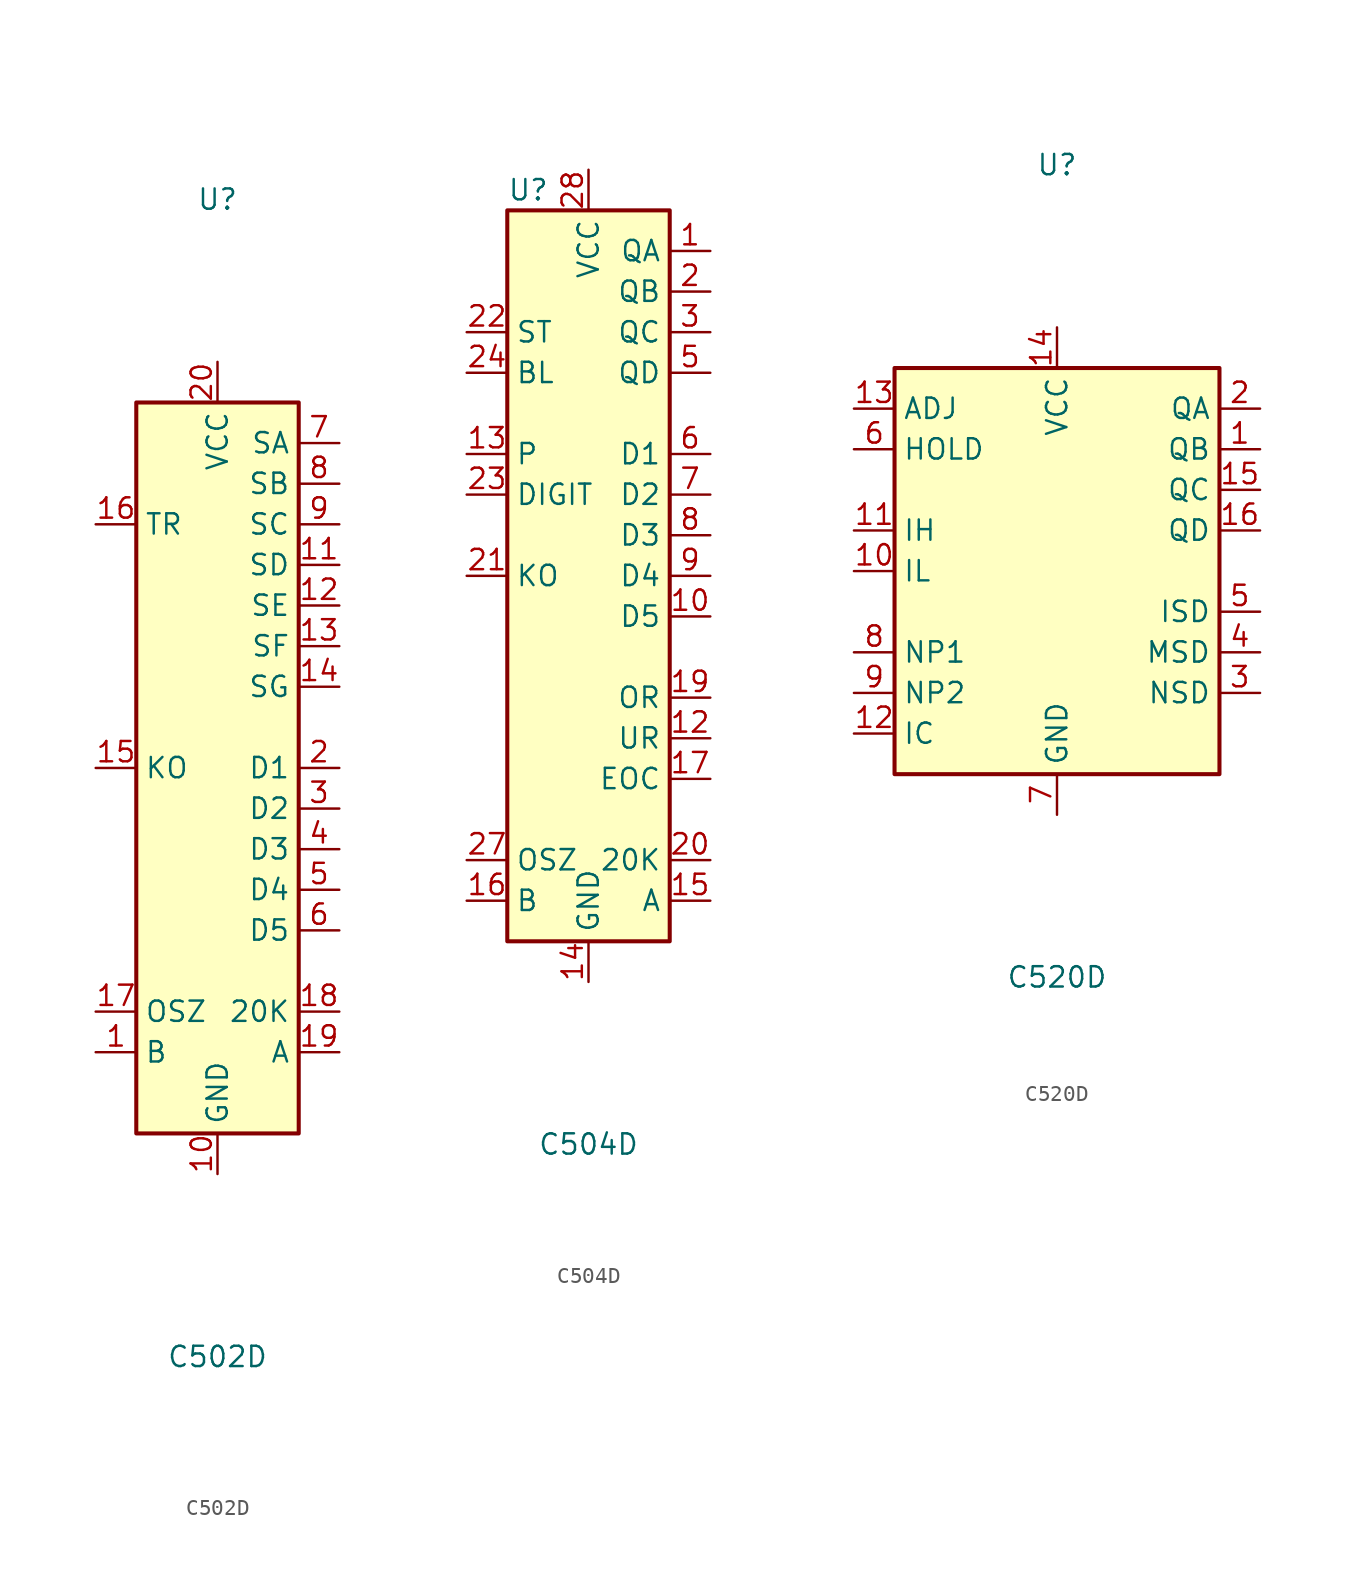
<source format=kicad_sym>
(kicad_symbol_lib
  (version 20211014)
  (generator kicad_symbol_editor)
  (symbol "C502D"
    (property "Reference" "U"
      (at 0 35.56 0)
      (effects (font (size 1.27 1.27))))
    (property "Value" "C502D"
      (at 0 -36.83 0)
      (effects (font (size 1.27 1.27))))
    (symbol "C502D_1_1"
      (rectangle (start -5.08 22.86) (end 5.08 -22.86) (stroke (width 0.254) (type default) (color 0 0 0 0)) (fill (type background)))
      (pin input line (at -7.62 -17.78 0) (length 2.54) (name "B" (effects (font (size 1.27 1.27)))) (number "1" (effects (font (size 1.27 1.27)))))
      (pin power_in line (at 0 -25.4 90) (length 2.54) (name "GND" (effects (font (size 1.27 1.27)))) (number "10" (effects (font (size 1.27 1.27)))))
      (pin output line (at 7.62 12.7 180) (length 2.54) (name "SD" (effects (font (size 1.27 1.27)))) (number "11" (effects (font (size 1.27 1.27)))))
      (pin output line (at 7.62 10.16 180) (length 2.54) (name "SE" (effects (font (size 1.27 1.27)))) (number "12" (effects (font (size 1.27 1.27)))))
      (pin output line (at 7.62 7.62 180) (length 2.54) (name "SF" (effects (font (size 1.27 1.27)))) (number "13" (effects (font (size 1.27 1.27)))))
      (pin output line (at 7.62 5.08 180) (length 2.54) (name "SG" (effects (font (size 1.27 1.27)))) (number "14" (effects (font (size 1.27 1.27)))))
      (pin input line (at -7.62 0 0) (length 2.54) (name "KO" (effects (font (size 1.27 1.27)))) (number "15" (effects (font (size 1.27 1.27)))))
      (pin input line (at -7.62 15.24 0) (length 2.54) (name "TR" (effects (font (size 1.27 1.27)))) (number "16" (effects (font (size 1.27 1.27)))))
      (pin passive line (at -7.62 -15.24 0) (length 2.54) (name "OSZ" (effects (font (size 1.27 1.27)))) (number "17" (effects (font (size 1.27 1.27)))))
      (pin output line (at 7.62 -15.24 180) (length 2.54) (name "20K" (effects (font (size 1.27 1.27)))) (number "18" (effects (font (size 1.27 1.27)))))
      (pin output line (at 7.62 -17.78 180) (length 2.54) (name "A" (effects (font (size 1.27 1.27)))) (number "19" (effects (font (size 1.27 1.27)))))
      (pin output line (at 7.62 0 180) (length 2.54) (name "D1" (effects (font (size 1.27 1.27)))) (number "2" (effects (font (size 1.27 1.27)))))
      (pin power_in line (at 0 25.4 270) (length 2.54) (name "VCC" (effects (font (size 1.27 1.27)))) (number "20" (effects (font (size 1.27 1.27)))))
      (pin output line (at 7.62 -2.54 180) (length 2.54) (name "D2" (effects (font (size 1.27 1.27)))) (number "3" (effects (font (size 1.27 1.27)))))
      (pin output line (at 7.62 -5.08 180) (length 2.54) (name "D3" (effects (font (size 1.27 1.27)))) (number "4" (effects (font (size 1.27 1.27)))))
      (pin output line (at 7.62 -7.62 180) (length 2.54) (name "D4" (effects (font (size 1.27 1.27)))) (number "5" (effects (font (size 1.27 1.27)))))
      (pin output line (at 7.62 -10.16 180) (length 2.54) (name "D5" (effects (font (size 1.27 1.27)))) (number "6" (effects (font (size 1.27 1.27)))))
      (pin output line (at 7.62 20.32 180) (length 2.54) (name "SA" (effects (font (size 1.27 1.27)))) (number "7" (effects (font (size 1.27 1.27)))))
      (pin output line (at 7.62 17.78 180) (length 2.54) (name "SB" (effects (font (size 1.27 1.27)))) (number "8" (effects (font (size 1.27 1.27)))))
      (pin output line (at 7.62 15.24 180) (length 2.54) (name "SC" (effects (font (size 1.27 1.27)))) (number "9" (effects (font (size 1.27 1.27)))))))
  (symbol "C504D"
    (property "Reference" "U"
      (at -5.08 24.13 0)
      (effects (font (size 1.27 1.27)) (justify left)))
    (property "Value" "C504D"
      (at 0 -35.56 0)
      (effects (font (size 1.27 1.27))))
    (symbol "C504D_0_1"
      (rectangle (start -5.08 22.86) (end 5.08 -22.86) (stroke (width 0.254) (type default) (color 0 0 0 0)) (fill (type background))))
    (symbol "C504D_1_1"
      (pin output line (at 7.62 20.32 180) (length 2.54) (name "QA" (effects (font (size 1.27 1.27)))) (number "1" (effects (font (size 1.27 1.27)))))
      (pin output line (at 7.62 -2.54 180) (length 2.54) (name "D5" (effects (font (size 1.27 1.27)))) (number "10" (effects (font (size 1.27 1.27)))))
      (pin no_connect line (at -5.08 -5.08 0) (length 2.54) hide (name "~" (effects (font (size 1.27 1.27)))) (number "11" (effects (font (size 1.27 1.27)))))
      (pin output line (at 7.62 -10.16 180) (length 2.54) (name "UR" (effects (font (size 1.27 1.27)))) (number "12" (effects (font (size 1.27 1.27)))))
      (pin input line (at -7.62 7.62 0) (length 2.54) (name "P" (effects (font (size 1.27 1.27)))) (number "13" (effects (font (size 1.27 1.27)))))
      (pin power_in line (at 0 -25.4 90) (length 2.54) (name "GND" (effects (font (size 1.27 1.27)))) (number "14" (effects (font (size 1.27 1.27)))))
      (pin output line (at 7.62 -20.32 180) (length 2.54) (name "A" (effects (font (size 1.27 1.27)))) (number "15" (effects (font (size 1.27 1.27)))))
      (pin input line (at -7.62 -20.32 0) (length 2.54) (name "B" (effects (font (size 1.27 1.27)))) (number "16" (effects (font (size 1.27 1.27)))))
      (pin output line (at 7.62 -12.7 180) (length 2.54) (name "EOC" (effects (font (size 1.27 1.27)))) (number "17" (effects (font (size 1.27 1.27)))))
      (pin no_connect line (at -5.08 -7.62 0) (length 2.54) hide (name "~" (effects (font (size 1.27 1.27)))) (number "18" (effects (font (size 1.27 1.27)))))
      (pin output line (at 7.62 -7.62 180) (length 2.54) (name "OR" (effects (font (size 1.27 1.27)))) (number "19" (effects (font (size 1.27 1.27)))))
      (pin output line (at 7.62 17.78 180) (length 2.54) (name "QB" (effects (font (size 1.27 1.27)))) (number "2" (effects (font (size 1.27 1.27)))))
      (pin output line (at 7.62 -17.78 180) (length 2.54) (name "20K" (effects (font (size 1.27 1.27)))) (number "20" (effects (font (size 1.27 1.27)))))
      (pin input line (at -7.62 0 0) (length 2.54) (name "KO" (effects (font (size 1.27 1.27)))) (number "21" (effects (font (size 1.27 1.27)))))
      (pin input line (at -7.62 15.24 0) (length 2.54) (name "ST" (effects (font (size 1.27 1.27)))) (number "22" (effects (font (size 1.27 1.27)))))
      (pin input line (at -7.62 5.08 0) (length 2.54) (name "DIGIT" (effects (font (size 1.27 1.27)))) (number "23" (effects (font (size 1.27 1.27)))))
      (pin input line (at -7.62 12.7 0) (length 2.54) (name "BL" (effects (font (size 1.27 1.27)))) (number "24" (effects (font (size 1.27 1.27)))))
      (pin no_connect line (at -5.08 -10.16 0) (length 2.54) hide (name "~" (effects (font (size 1.27 1.27)))) (number "25" (effects (font (size 1.27 1.27)))))
      (pin no_connect line (at -5.08 -12.7 0) (length 2.54) hide (name "~" (effects (font (size 1.27 1.27)))) (number "26" (effects (font (size 1.27 1.27)))))
      (pin passive line (at -7.62 -17.78 0) (length 2.54) (name "OSZ" (effects (font (size 1.27 1.27)))) (number "27" (effects (font (size 1.27 1.27)))))
      (pin power_in line (at 0 25.4 270) (length 2.54) (name "VCC" (effects (font (size 1.27 1.27)))) (number "28" (effects (font (size 1.27 1.27)))))
      (pin output line (at 7.62 15.24 180) (length 2.54) (name "QC" (effects (font (size 1.27 1.27)))) (number "3" (effects (font (size 1.27 1.27)))))
      (pin no_connect line (at -5.08 -2.54 0) (length 2.54) hide (name "~" (effects (font (size 1.27 1.27)))) (number "4" (effects (font (size 1.27 1.27)))))
      (pin output line (at 7.62 12.7 180) (length 2.54) (name "QD" (effects (font (size 1.27 1.27)))) (number "5" (effects (font (size 1.27 1.27)))))
      (pin output line (at 7.62 7.62 180) (length 2.54) (name "D1" (effects (font (size 1.27 1.27)))) (number "6" (effects (font (size 1.27 1.27)))))
      (pin output line (at 7.62 5.08 180) (length 2.54) (name "D2" (effects (font (size 1.27 1.27)))) (number "7" (effects (font (size 1.27 1.27)))))
      (pin output line (at 7.62 2.54 180) (length 2.54) (name "D3" (effects (font (size 1.27 1.27)))) (number "8" (effects (font (size 1.27 1.27)))))
      (pin output line (at 7.62 0 180) (length 2.54) (name "D4" (effects (font (size 1.27 1.27)))) (number "9" (effects (font (size 1.27 1.27)))))))
  (symbol "C520D"
    (property "Reference" "U"
      (at 0 25.4 0)
      (effects (font (size 1.27 1.27))))
    (property "Value" "C520D"
      (at 0 -25.4 0)
      (effects (font (size 1.27 1.27))))
    (symbol "C520D_0_1"
      (rectangle (start -10.16 12.7) (end 10.16 -12.7) (stroke (width 0.254) (type default) (color 0 0 0 0)) (fill (type background))))
    (symbol "C520D_1_1"
      (pin output line (at 12.7 7.62 180) (length 2.54) (name "QB" (effects (font (size 1.27 1.27)))) (number "1" (effects (font (size 1.27 1.27)))))
      (pin input line (at -12.7 0 0) (length 2.54) (name "IL" (effects (font (size 1.27 1.27)))) (number "10" (effects (font (size 1.27 1.27)))))
      (pin input line (at -12.7 2.54 0) (length 2.54) (name "IH" (effects (font (size 1.27 1.27)))) (number "11" (effects (font (size 1.27 1.27)))))
      (pin passive line (at -12.7 -10.16 0) (length 2.54) (name "IC" (effects (font (size 1.27 1.27)))) (number "12" (effects (font (size 1.27 1.27)))))
      (pin passive line (at -12.7 10.16 0) (length 2.54) (name "ADJ" (effects (font (size 1.27 1.27)))) (number "13" (effects (font (size 1.27 1.27)))))
      (pin power_in line (at 0 15.24 270) (length 2.54) (name "VCC" (effects (font (size 1.27 1.27)))) (number "14" (effects (font (size 1.27 1.27)))))
      (pin output line (at 12.7 5.08 180) (length 2.54) (name "QC" (effects (font (size 1.27 1.27)))) (number "15" (effects (font (size 1.27 1.27)))))
      (pin output line (at 12.7 2.54 180) (length 2.54) (name "QD" (effects (font (size 1.27 1.27)))) (number "16" (effects (font (size 1.27 1.27)))))
      (pin output line (at 12.7 10.16 180) (length 2.54) (name "QA" (effects (font (size 1.27 1.27)))) (number "2" (effects (font (size 1.27 1.27)))))
      (pin output line (at 12.7 -7.62 180) (length 2.54) (name "NSD" (effects (font (size 1.27 1.27)))) (number "3" (effects (font (size 1.27 1.27)))))
      (pin output line (at 12.7 -5.08 180) (length 2.54) (name "MSD" (effects (font (size 1.27 1.27)))) (number "4" (effects (font (size 1.27 1.27)))))
      (pin output line (at 12.7 -2.54 180) (length 2.54) (name "ISD" (effects (font (size 1.27 1.27)))) (number "5" (effects (font (size 1.27 1.27)))))
      (pin input line (at -12.7 7.62 0) (length 2.54) (name "HOLD" (effects (font (size 1.27 1.27)))) (number "6" (effects (font (size 1.27 1.27)))))
      (pin power_in line (at 0 -15.24 90) (length 2.54) (name "GND" (effects (font (size 1.27 1.27)))) (number "7" (effects (font (size 1.27 1.27)))))
      (pin passive line (at -12.7 -5.08 0) (length 2.54) (name "NP1" (effects (font (size 1.27 1.27)))) (number "8" (effects (font (size 1.27 1.27)))))
      (pin passive line (at -12.7 -7.62 0) (length 2.54) (name "NP2" (effects (font (size 1.27 1.27)))) (number "9" (effects (font (size 1.27 1.27))))))))
</source>
